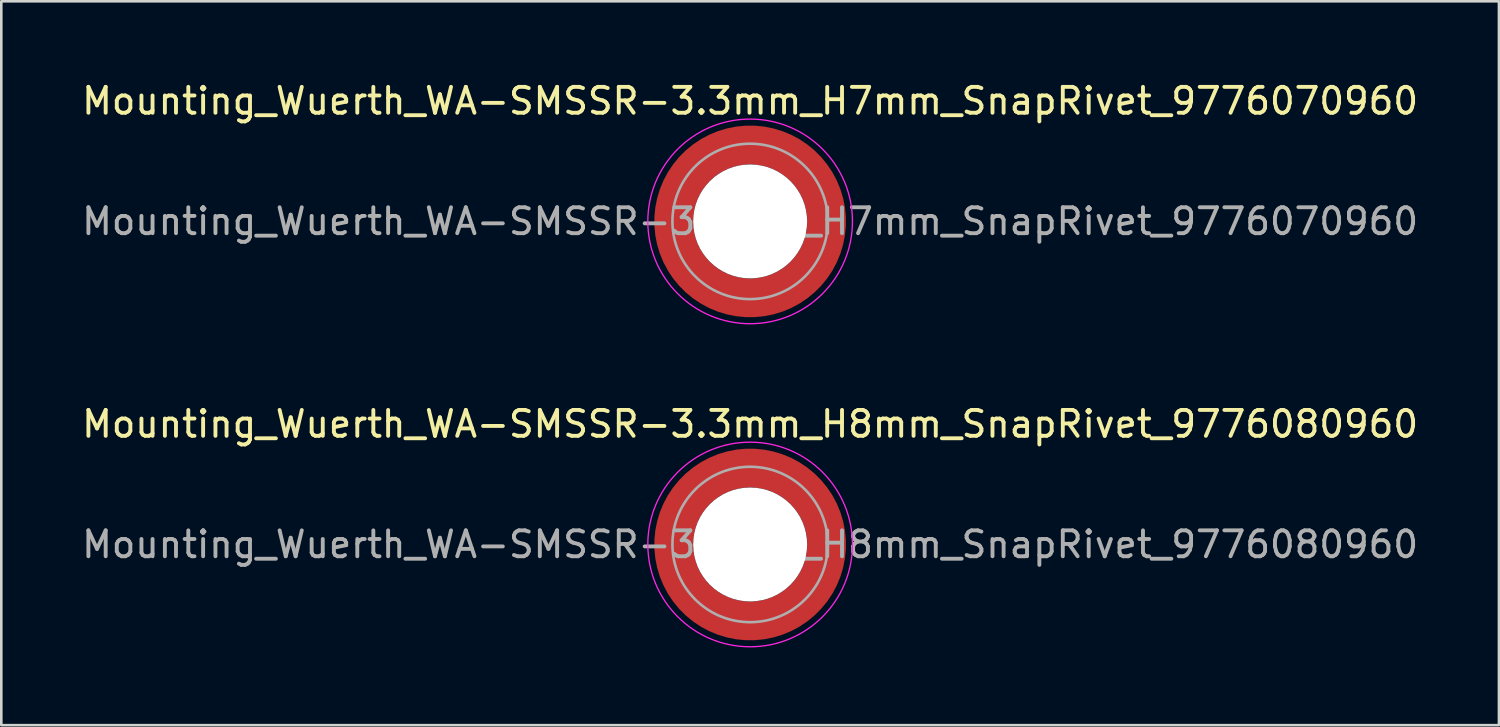
<source format=kicad_pcb>
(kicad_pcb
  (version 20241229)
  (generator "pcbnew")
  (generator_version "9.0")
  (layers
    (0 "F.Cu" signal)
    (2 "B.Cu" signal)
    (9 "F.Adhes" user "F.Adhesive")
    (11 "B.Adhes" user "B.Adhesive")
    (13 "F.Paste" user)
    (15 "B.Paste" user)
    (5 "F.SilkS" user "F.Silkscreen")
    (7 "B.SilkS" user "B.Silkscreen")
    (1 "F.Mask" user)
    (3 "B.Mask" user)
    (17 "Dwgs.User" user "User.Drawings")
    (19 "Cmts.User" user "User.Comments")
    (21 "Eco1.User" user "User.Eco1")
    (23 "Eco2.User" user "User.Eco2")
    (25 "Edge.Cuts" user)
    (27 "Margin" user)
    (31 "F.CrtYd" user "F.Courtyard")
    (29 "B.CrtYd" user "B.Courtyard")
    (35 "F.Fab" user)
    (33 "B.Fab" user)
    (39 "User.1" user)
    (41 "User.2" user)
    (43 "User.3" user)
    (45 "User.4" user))
  (footprint "Mounting_Wuerth_WA-SMSSR-3.3mm_H7mm_SnapRivet_9776070960"
    (layer "F.Cu")
    (at 25.911 5.498)
    (property "Reference" "Mounting_Wuerth_WA-SMSSR-3.3mm_H7mm_SnapRivet_9776070960" (at 0 -4.65 0) (layer "F.SilkS") (effects (font (size 1 1) (thickness 0.15))))
    (attr smd)
    (fp_circle (center 0 0) (end 3.95 0) (stroke (width 0.05) (type solid)) (fill no) (layer "F.CrtYd"))
    (fp_circle (center 0 0) (end 3 0) (stroke (width 0.1) (type solid)) (fill no) (layer "F.Fab"))
    (fp_text user "${REFERENCE}" (at 0 0 0) (layer "F.Fab") (effects (font (size 1 1) (thickness 0.15))))
    (pad "" smd custom (at -2.077 -2.077) (size 0.995 0.995) (layers "F.Paste") (options (anchor circle)) (primitives (gr_arc (start -0.208831 1.577126) (mid 0.422144 0.422848) (end 1.576154 -0.208618) (width 0.2)) (gr_arc (start -0.310669 1.577126) (mid 0.35138 0.352781) (end 1.575188 -0.310262) (width 0.2)) (gr_arc (start -0.412325 1.577126) (mid 0.280305 0.283024) (end 1.573357 -0.411565) (width 0.2)) (gr_arc (start -0.51382 1.577126) (mid 0.210358 0.212139) (end 1.574653 -0.513342) (width 0.2)) (gr_arc (start -0.615172 1.577126) (mid 0.139846 0.141818) (end 1.574384 -0.614661) (width 0.2)) (gr_arc (start -0.716397 1.577126) (mid 0.070334 0.070498) (end 1.576898 -0.716356) (width 0.2)) (gr_arc (start -0.817508 1.577126) (mid -0.001805 0.001806) (end 1.572094 -0.816634) (width 0.2)) (gr_arc (start -0.918517 1.577126) (mid -0.071322 -0.06951) (end 1.574599 -0.918094) (width 0.2)) (gr_arc (start -1.019433 1.577126) (mid -0.141902 -0.139762) (end 1.574138 -1.018949) (width 0.2)) (gr_arc (start -1.120266 1.577126) (mid -0.211736 -0.210761) (end 1.575763 -1.120053) (width 0.2)) (gr_arc (start -1.221022 1.577126) (mid -0.282882 -0.280446) (end 1.57372 -1.220504) (width 0.2)) (gr_arc (start -1.32171 1.577126) (mid -0.353407 -0.350753) (end 1.573414 -1.321162) (width 0.2)) (gr_arc (start -1.422335 1.577126) (mid -0.423311 -0.421682) (end 1.574846 -1.422009) (width 0.2)) (gr_line (start 1.577 -0.209) (end 1.577 -1.422) (width 0.2)) (gr_line (start -0.209 1.577) (end -1.422 1.577) (width 0.2))))
    (pad "" smd custom (at -2.077 2.077) (size 0.995 0.995) (layers "F.Paste") (options (anchor circle)) (primitives (gr_arc (start 1.577126 0.208831) (mid 0.422848 -0.422144) (end -0.208618 -1.576154) (width 0.2)) (gr_arc (start 1.577126 0.310669) (mid 0.352781 -0.35138) (end -0.310262 -1.575188) (width 0.2)) (gr_arc (start 1.577126 0.412325) (mid 0.283024 -0.280305) (end -0.411565 -1.573357) (width 0.2)) (gr_arc (start 1.577126 0.51382) (mid 0.212139 -0.210358) (end -0.513342 -1.574653) (width 0.2)) (gr_arc (start 1.577126 0.615172) (mid 0.141818 -0.139846) (end -0.614661 -1.574384) (width 0.2)) (gr_arc (start 1.577126 0.716397) (mid 0.070498 -0.070334) (end -0.716356 -1.576898) (width 0.2)) (gr_arc (start 1.577126 0.817508) (mid 0.001806 0.001805) (end -0.816634 -1.572094) (width 0.2)) (gr_arc (start 1.577126 0.918517) (mid -0.06951 0.071322) (end -0.918094 -1.574599) (width 0.2)) (gr_arc (start 1.577126 1.019433) (mid -0.139762 0.141902) (end -1.018949 -1.574138) (width 0.2)) (gr_arc (start 1.577126 1.120266) (mid -0.210761 0.211736) (end -1.120053 -1.575763) (width 0.2)) (gr_arc (start 1.577126 1.221022) (mid -0.280446 0.282882) (end -1.220504 -1.57372) (width 0.2)) (gr_arc (start 1.577126 1.32171) (mid -0.350753 0.353407) (end -1.321162 -1.573414) (width 0.2)) (gr_arc (start 1.577126 1.422335) (mid -0.421682 0.423311) (end -1.422009 -1.574846) (width 0.2)) (gr_line (start -0.209 -1.577) (end -1.422 -1.577) (width 0.2)) (gr_line (start 1.577 0.209) (end 1.577 1.422) (width 0.2))))
    (pad "" np_thru_hole circle (at 0 0) (size 4.4 4.4) (drill 4.4) (layers "*.Cu" "*.Mask"))
    (pad "" smd custom (at 2.077 -2.077) (size 0.995 0.995) (layers "F.Paste") (options (anchor circle)) (primitives (gr_arc (start -1.577126 -0.208831) (mid -0.422848 0.422144) (end 0.208618 1.576154) (width 0.2)) (gr_arc (start -1.577126 -0.310669) (mid -0.352781 0.35138) (end 0.310262 1.575188) (width 0.2)) (gr_arc (start -1.577126 -0.412325) (mid -0.283024 0.280305) (end 0.411565 1.573357) (width 0.2)) (gr_arc (start -1.577126 -0.51382) (mid -0.212139 0.210358) (end 0.513342 1.574653) (width 0.2)) (gr_arc (start -1.577126 -0.615172) (mid -0.141818 0.139846) (end 0.614661 1.574384) (width 0.2)) (gr_arc (start -1.577126 -0.716397) (mid -0.070498 0.070334) (end 0.716356 1.576898) (width 0.2)) (gr_arc (start -1.577126 -0.817508) (mid -0.001806 -0.001805) (end 0.816634 1.572094) (width 0.2)) (gr_arc (start -1.577126 -0.918517) (mid 0.06951 -0.071322) (end 0.918094 1.574599) (width 0.2)) (gr_arc (start -1.577126 -1.019433) (mid 0.139762 -0.141902) (end 1.018949 1.574138) (width 0.2)) (gr_arc (start -1.577126 -1.120266) (mid 0.210761 -0.211736) (end 1.120053 1.575763) (width 0.2)) (gr_arc (start -1.577126 -1.221022) (mid 0.280446 -0.282882) (end 1.220504 1.57372) (width 0.2)) (gr_arc (start -1.577126 -1.32171) (mid 0.350753 -0.353407) (end 1.321162 1.573414) (width 0.2)) (gr_arc (start -1.577126 -1.422335) (mid 0.421682 -0.423311) (end 1.422009 1.574846) (width 0.2)) (gr_line (start 0.209 1.577) (end 1.422 1.577) (width 0.2)) (gr_line (start -1.577 -0.209) (end -1.577 -1.422) (width 0.2))))
    (pad "" smd custom (at 2.077 2.077) (size 0.995 0.995) (layers "F.Paste") (options (anchor circle)) (primitives (gr_arc (start 0.208831 -1.577126) (mid -0.422144 -0.422848) (end -1.576154 0.208618) (width 0.2)) (gr_arc (start 0.310669 -1.577126) (mid -0.35138 -0.352781) (end -1.575188 0.310262) (width 0.2)) (gr_arc (start 0.412325 -1.577126) (mid -0.280305 -0.283024) (end -1.573357 0.411565) (width 0.2)) (gr_arc (start 0.51382 -1.577126) (mid -0.210358 -0.212139) (end -1.574653 0.513342) (width 0.2)) (gr_arc (start 0.615172 -1.577126) (mid -0.139846 -0.141818) (end -1.574384 0.614661) (width 0.2)) (gr_arc (start 0.716397 -1.577126) (mid -0.070334 -0.070498) (end -1.576898 0.716356) (width 0.2)) (gr_arc (start 0.817508 -1.577126) (mid 0.001805 -0.001806) (end -1.572094 0.816634) (width 0.2)) (gr_arc (start 0.918517 -1.577126) (mid 0.071322 0.06951) (end -1.574599 0.918094) (width 0.2)) (gr_arc (start 1.019433 -1.577126) (mid 0.141902 0.139762) (end -1.574138 1.018949) (width 0.2)) (gr_arc (start 1.120266 -1.577126) (mid 0.211736 0.210761) (end -1.575763 1.120053) (width 0.2)) (gr_arc (start 1.221022 -1.577126) (mid 0.282882 0.280446) (end -1.57372 1.220504) (width 0.2)) (gr_arc (start 1.32171 -1.577126) (mid 0.353407 0.350753) (end -1.573414 1.321162) (width 0.2)) (gr_arc (start 1.422335 -1.577126) (mid 0.423311 0.421682) (end -1.574846 1.422009) (width 0.2)) (gr_line (start -1.577 0.209) (end -1.577 1.422) (width 0.2)) (gr_line (start 0.209 -1.577) (end 1.422 -1.577) (width 0.2))))
    (pad "1" smd circle (at -2.95 0) (size 1.1 1.1) (layers "F.Cu"))
    (pad "1" smd circle (at 0 -2.95) (size 1.1 1.1) (layers "F.Cu"))
    (pad "1" smd circle (at 0 2.95) (size 1.1 1.1) (layers "F.Cu"))
    (pad "1" smd custom (at 2.95 0) (size 1.1 1.1) (layers "F.Cu" "F.Mask") (options (anchor circle)) (primitives (gr_circle (center -2.95 0) (end 0 0) (width 1.5) (fill no)))))
  (footprint "Mounting_Wuerth_WA-SMSSR-3.3mm_H8mm_SnapRivet_9776080960"
    (layer "F.Cu")
    (at 25.911 17.971)
    (property "Reference" "Mounting_Wuerth_WA-SMSSR-3.3mm_H8mm_SnapRivet_9776080960" (at 0 -4.65 0) (layer "F.SilkS") (effects (font (size 1 1) (thickness 0.15))))
    (attr smd)
    (fp_circle (center 0 0) (end 3.95 0) (stroke (width 0.05) (type solid)) (fill no) (layer "F.CrtYd"))
    (fp_circle (center 0 0) (end 3 0) (stroke (width 0.1) (type solid)) (fill no) (layer "F.Fab"))
    (fp_text user "${REFERENCE}" (at 0 0 0) (layer "F.Fab") (effects (font (size 1 1) (thickness 0.15))))
    (pad "" smd custom (at -2.077 -2.077) (size 0.995 0.995) (layers "F.Paste") (options (anchor circle)) (primitives (gr_arc (start -0.208831 1.577126) (mid 0.422144 0.422848) (end 1.576154 -0.208618) (width 0.2)) (gr_arc (start -0.310669 1.577126) (mid 0.35138 0.352781) (end 1.575188 -0.310262) (width 0.2)) (gr_arc (start -0.412325 1.577126) (mid 0.280305 0.283024) (end 1.573357 -0.411565) (width 0.2)) (gr_arc (start -0.51382 1.577126) (mid 0.210358 0.212139) (end 1.574653 -0.513342) (width 0.2)) (gr_arc (start -0.615172 1.577126) (mid 0.139846 0.141818) (end 1.574384 -0.614661) (width 0.2)) (gr_arc (start -0.716397 1.577126) (mid 0.070334 0.070498) (end 1.576898 -0.716356) (width 0.2)) (gr_arc (start -0.817508 1.577126) (mid -0.001805 0.001806) (end 1.572094 -0.816634) (width 0.2)) (gr_arc (start -0.918517 1.577126) (mid -0.071322 -0.06951) (end 1.574599 -0.918094) (width 0.2)) (gr_arc (start -1.019433 1.577126) (mid -0.141902 -0.139762) (end 1.574138 -1.018949) (width 0.2)) (gr_arc (start -1.120266 1.577126) (mid -0.211736 -0.210761) (end 1.575763 -1.120053) (width 0.2)) (gr_arc (start -1.221022 1.577126) (mid -0.282882 -0.280446) (end 1.57372 -1.220504) (width 0.2)) (gr_arc (start -1.32171 1.577126) (mid -0.353407 -0.350753) (end 1.573414 -1.321162) (width 0.2)) (gr_arc (start -1.422335 1.577126) (mid -0.423311 -0.421682) (end 1.574846 -1.422009) (width 0.2)) (gr_line (start 1.577 -0.209) (end 1.577 -1.422) (width 0.2)) (gr_line (start -0.209 1.577) (end -1.422 1.577) (width 0.2))))
    (pad "" smd custom (at -2.077 2.077) (size 0.995 0.995) (layers "F.Paste") (options (anchor circle)) (primitives (gr_arc (start 1.577126 0.208831) (mid 0.422848 -0.422144) (end -0.208618 -1.576154) (width 0.2)) (gr_arc (start 1.577126 0.310669) (mid 0.352781 -0.35138) (end -0.310262 -1.575188) (width 0.2)) (gr_arc (start 1.577126 0.412325) (mid 0.283024 -0.280305) (end -0.411565 -1.573357) (width 0.2)) (gr_arc (start 1.577126 0.51382) (mid 0.212139 -0.210358) (end -0.513342 -1.574653) (width 0.2)) (gr_arc (start 1.577126 0.615172) (mid 0.141818 -0.139846) (end -0.614661 -1.574384) (width 0.2)) (gr_arc (start 1.577126 0.716397) (mid 0.070498 -0.070334) (end -0.716356 -1.576898) (width 0.2)) (gr_arc (start 1.577126 0.817508) (mid 0.001806 0.001805) (end -0.816634 -1.572094) (width 0.2)) (gr_arc (start 1.577126 0.918517) (mid -0.06951 0.071322) (end -0.918094 -1.574599) (width 0.2)) (gr_arc (start 1.577126 1.019433) (mid -0.139762 0.141902) (end -1.018949 -1.574138) (width 0.2)) (gr_arc (start 1.577126 1.120266) (mid -0.210761 0.211736) (end -1.120053 -1.575763) (width 0.2)) (gr_arc (start 1.577126 1.221022) (mid -0.280446 0.282882) (end -1.220504 -1.57372) (width 0.2)) (gr_arc (start 1.577126 1.32171) (mid -0.350753 0.353407) (end -1.321162 -1.573414) (width 0.2)) (gr_arc (start 1.577126 1.422335) (mid -0.421682 0.423311) (end -1.422009 -1.574846) (width 0.2)) (gr_line (start -0.209 -1.577) (end -1.422 -1.577) (width 0.2)) (gr_line (start 1.577 0.209) (end 1.577 1.422) (width 0.2))))
    (pad "" np_thru_hole circle (at 0 0) (size 4.4 4.4) (drill 4.4) (layers "*.Cu" "*.Mask"))
    (pad "" smd custom (at 2.077 -2.077) (size 0.995 0.995) (layers "F.Paste") (options (anchor circle)) (primitives (gr_arc (start -1.577126 -0.208831) (mid -0.422848 0.422144) (end 0.208618 1.576154) (width 0.2)) (gr_arc (start -1.577126 -0.310669) (mid -0.352781 0.35138) (end 0.310262 1.575188) (width 0.2)) (gr_arc (start -1.577126 -0.412325) (mid -0.283024 0.280305) (end 0.411565 1.573357) (width 0.2)) (gr_arc (start -1.577126 -0.51382) (mid -0.212139 0.210358) (end 0.513342 1.574653) (width 0.2)) (gr_arc (start -1.577126 -0.615172) (mid -0.141818 0.139846) (end 0.614661 1.574384) (width 0.2)) (gr_arc (start -1.577126 -0.716397) (mid -0.070498 0.070334) (end 0.716356 1.576898) (width 0.2)) (gr_arc (start -1.577126 -0.817508) (mid -0.001806 -0.001805) (end 0.816634 1.572094) (width 0.2)) (gr_arc (start -1.577126 -0.918517) (mid 0.06951 -0.071322) (end 0.918094 1.574599) (width 0.2)) (gr_arc (start -1.577126 -1.019433) (mid 0.139762 -0.141902) (end 1.018949 1.574138) (width 0.2)) (gr_arc (start -1.577126 -1.120266) (mid 0.210761 -0.211736) (end 1.120053 1.575763) (width 0.2)) (gr_arc (start -1.577126 -1.221022) (mid 0.280446 -0.282882) (end 1.220504 1.57372) (width 0.2)) (gr_arc (start -1.577126 -1.32171) (mid 0.350753 -0.353407) (end 1.321162 1.573414) (width 0.2)) (gr_arc (start -1.577126 -1.422335) (mid 0.421682 -0.423311) (end 1.422009 1.574846) (width 0.2)) (gr_line (start 0.209 1.577) (end 1.422 1.577) (width 0.2)) (gr_line (start -1.577 -0.209) (end -1.577 -1.422) (width 0.2))))
    (pad "" smd custom (at 2.077 2.077) (size 0.995 0.995) (layers "F.Paste") (options (anchor circle)) (primitives (gr_arc (start 0.208831 -1.577126) (mid -0.422144 -0.422848) (end -1.576154 0.208618) (width 0.2)) (gr_arc (start 0.310669 -1.577126) (mid -0.35138 -0.352781) (end -1.575188 0.310262) (width 0.2)) (gr_arc (start 0.412325 -1.577126) (mid -0.280305 -0.283024) (end -1.573357 0.411565) (width 0.2)) (gr_arc (start 0.51382 -1.577126) (mid -0.210358 -0.212139) (end -1.574653 0.513342) (width 0.2)) (gr_arc (start 0.615172 -1.577126) (mid -0.139846 -0.141818) (end -1.574384 0.614661) (width 0.2)) (gr_arc (start 0.716397 -1.577126) (mid -0.070334 -0.070498) (end -1.576898 0.716356) (width 0.2)) (gr_arc (start 0.817508 -1.577126) (mid 0.001805 -0.001806) (end -1.572094 0.816634) (width 0.2)) (gr_arc (start 0.918517 -1.577126) (mid 0.071322 0.06951) (end -1.574599 0.918094) (width 0.2)) (gr_arc (start 1.019433 -1.577126) (mid 0.141902 0.139762) (end -1.574138 1.018949) (width 0.2)) (gr_arc (start 1.120266 -1.577126) (mid 0.211736 0.210761) (end -1.575763 1.120053) (width 0.2)) (gr_arc (start 1.221022 -1.577126) (mid 0.282882 0.280446) (end -1.57372 1.220504) (width 0.2)) (gr_arc (start 1.32171 -1.577126) (mid 0.353407 0.350753) (end -1.573414 1.321162) (width 0.2)) (gr_arc (start 1.422335 -1.577126) (mid 0.423311 0.421682) (end -1.574846 1.422009) (width 0.2)) (gr_line (start -1.577 0.209) (end -1.577 1.422) (width 0.2)) (gr_line (start 0.209 -1.577) (end 1.422 -1.577) (width 0.2))))
    (pad "1" smd circle (at -2.95 0) (size 1.1 1.1) (layers "F.Cu"))
    (pad "1" smd circle (at 0 -2.95) (size 1.1 1.1) (layers "F.Cu"))
    (pad "1" smd circle (at 0 2.95) (size 1.1 1.1) (layers "F.Cu"))
    (pad "1" smd custom (at 2.95 0) (size 1.1 1.1) (layers "F.Cu" "F.Mask") (options (anchor circle)) (primitives (gr_circle (center -2.95 0) (end 0 0) (width 1.5) (fill no)))))
  (gr_rect
    (start -3 -3)
    (end 54.821 24.947)
    (stroke (width 0.1) (type default))
    (fill no)
    (layer "Edge.Cuts")))
</source>
